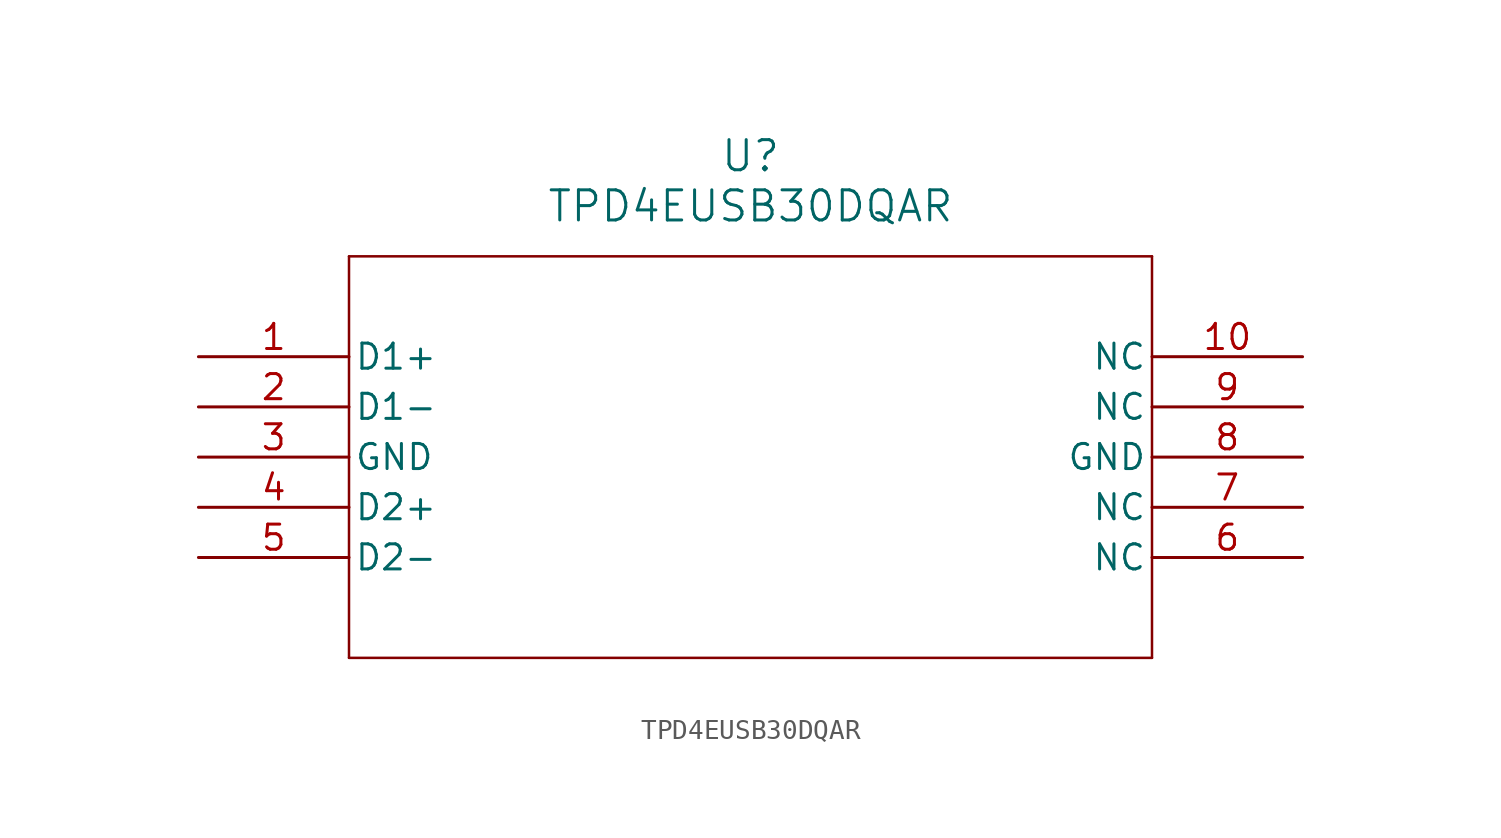
<source format=kicad_sym>
(kicad_symbol_lib
  (version 20211014)
  (generator kicad_symbol_editor)
  (symbol "TPD4EUSB30DQAR"
    (pin_names
      (offset 0.254))
    (property "Reference" "U"
      (at 27.94 10.16 0)
      (effects (font (size 1.524 1.524))))
    (property "Value" "TPD4EUSB30DQAR"
      (at 27.94 7.62 0)
      (effects (font (size 1.524 1.524))))
    (symbol "TPD4EUSB30DQAR_0_1"
      (polyline (pts (xy 7.62 5.08) (xy 7.62 -15.24)) (stroke (width 0.127) (type default) (color 0 0 0 0)) (fill (type none)))
      (polyline (pts (xy 7.62 -15.24) (xy 48.26 -15.24)) (stroke (width 0.127) (type default) (color 0 0 0 0)) (fill (type none)))
      (polyline (pts (xy 48.26 -15.24) (xy 48.26 5.08)) (stroke (width 0.127) (type default) (color 0 0 0 0)) (fill (type none)))
      (polyline (pts (xy 48.26 5.08) (xy 7.62 5.08)) (stroke (width 0.127) (type default) (color 0 0 0 0)) (fill (type none)))
      (pin unspecified line (at 0 0 0) (length 7.62) (name "D1+" (effects (font (size 1.27 1.27)))) (number "1" (effects (font (size 1.27 1.27)))))
      (pin unspecified line (at 0 -2.54 0) (length 7.62) (name "D1-" (effects (font (size 1.27 1.27)))) (number "2" (effects (font (size 1.27 1.27)))))
      (pin power_in line (at 0 -5.08 0) (length 7.62) (name "GND" (effects (font (size 1.27 1.27)))) (number "3" (effects (font (size 1.27 1.27)))))
      (pin unspecified line (at 0 -7.62 0) (length 7.62) (name "D2+" (effects (font (size 1.27 1.27)))) (number "4" (effects (font (size 1.27 1.27)))))
      (pin unspecified line (at 0 -10.16 0) (length 7.62) (name "D2-" (effects (font (size 1.27 1.27)))) (number "5" (effects (font (size 1.27 1.27)))))
      (pin unspecified line (at 55.88 -10.16 180) (length 7.62) (name "NC" (effects (font (size 1.27 1.27)))) (number "6" (effects (font (size 1.27 1.27)))))
      (pin unspecified line (at 55.88 -7.62 180) (length 7.62) (name "NC" (effects (font (size 1.27 1.27)))) (number "7" (effects (font (size 1.27 1.27)))))
      (pin power_in line (at 55.88 -5.08 180) (length 7.62) (name "GND" (effects (font (size 1.27 1.27)))) (number "8" (effects (font (size 1.27 1.27)))))
      (pin unspecified line (at 55.88 -2.54 180) (length 7.62) (name "NC" (effects (font (size 1.27 1.27)))) (number "9" (effects (font (size 1.27 1.27)))))
      (pin unspecified line (at 55.88 0 180) (length 7.62) (name "NC" (effects (font (size 1.27 1.27)))) (number "10" (effects (font (size 1.27 1.27))))))))
</source>
